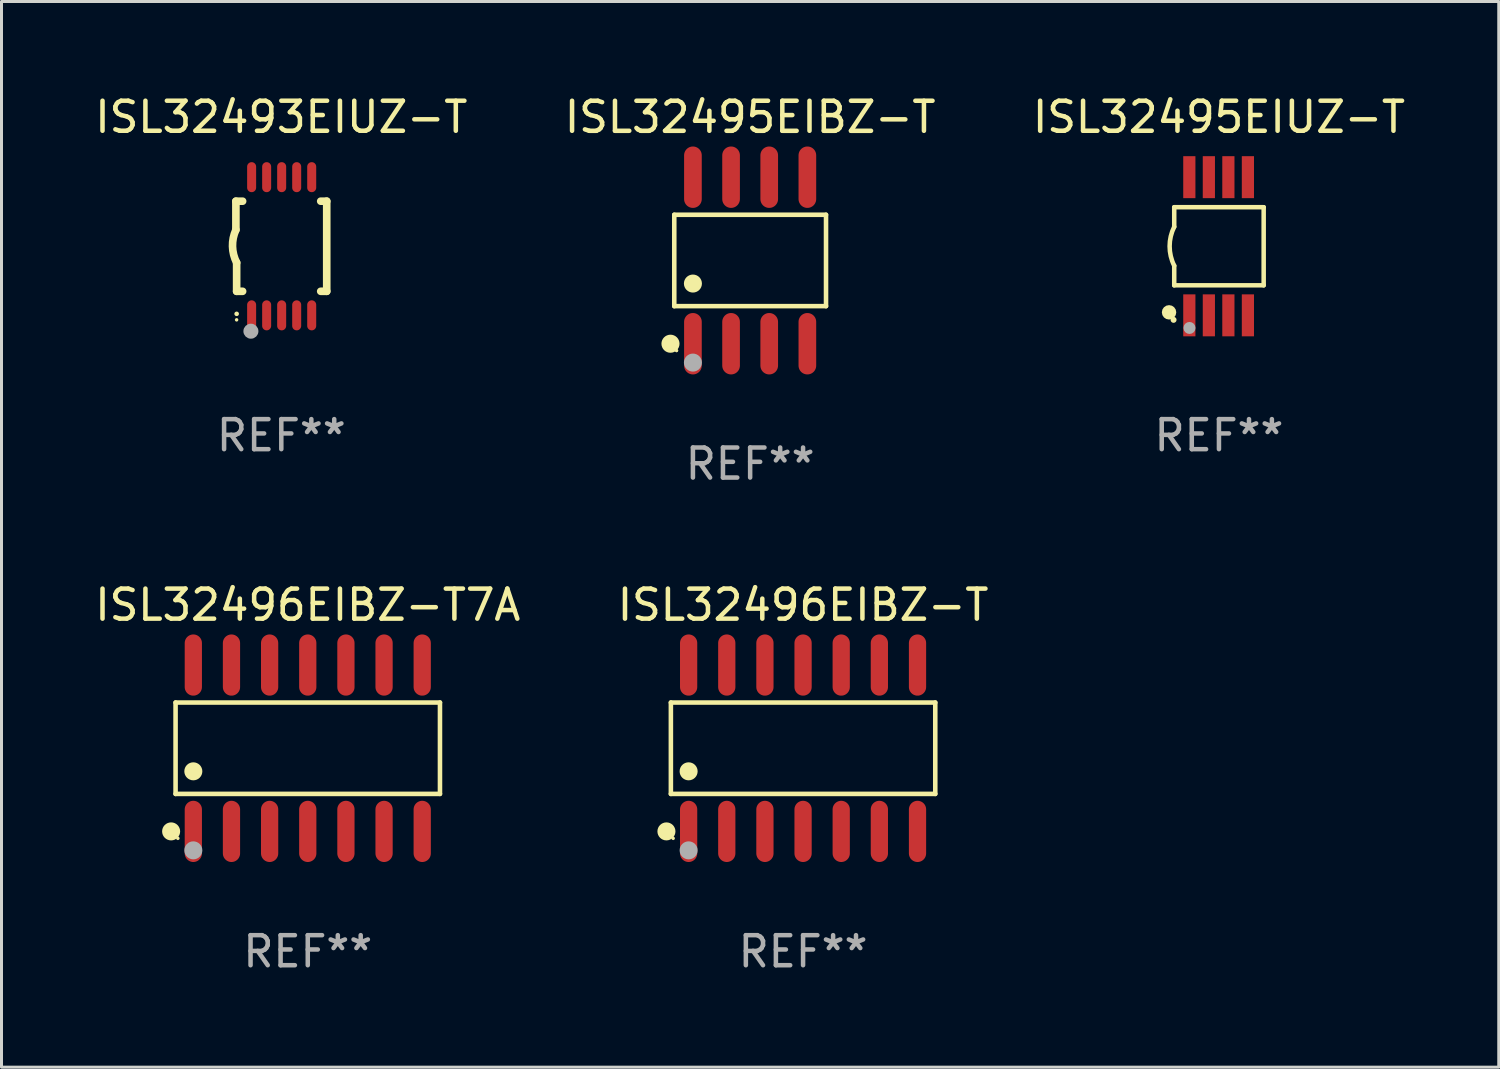
<source format=kicad_pcb>
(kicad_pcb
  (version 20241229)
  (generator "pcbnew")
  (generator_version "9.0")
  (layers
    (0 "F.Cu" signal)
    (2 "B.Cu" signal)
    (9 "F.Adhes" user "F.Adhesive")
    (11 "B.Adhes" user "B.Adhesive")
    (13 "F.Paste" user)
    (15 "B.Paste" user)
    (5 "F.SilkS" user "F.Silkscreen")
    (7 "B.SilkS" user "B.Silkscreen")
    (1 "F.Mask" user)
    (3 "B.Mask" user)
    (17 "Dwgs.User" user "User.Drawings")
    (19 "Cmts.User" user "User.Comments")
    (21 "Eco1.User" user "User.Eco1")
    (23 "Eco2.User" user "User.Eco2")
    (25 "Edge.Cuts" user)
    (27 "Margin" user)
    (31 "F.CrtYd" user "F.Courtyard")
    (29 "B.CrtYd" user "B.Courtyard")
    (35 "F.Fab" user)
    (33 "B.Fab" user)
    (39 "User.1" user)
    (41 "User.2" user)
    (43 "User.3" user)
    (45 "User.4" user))
  (footprint "ISL32496EIBZ-T"
    (layer "F.Cu")
    (at 23.685 21.859)
    (property "Reference" "ISL32496EIBZ-T" (at 0 -4.769 0) (layer "F.SilkS") (effects (font (size 1 1) (thickness 0.15))))
    (attr through_hole)
    (fp_line (start -4.401 -1.521) (end 4.401 -1.521) (stroke (width 0.152) (type solid)) (layer "F.SilkS"))
    (fp_line (start -4.401 1.521) (end -4.401 -1.521) (stroke (width 0.152) (type solid)) (layer "F.SilkS"))
    (fp_line (start 4.401 -1.521) (end 4.401 1.521) (stroke (width 0.152) (type solid)) (layer "F.SilkS"))
    (fp_line (start 4.401 1.521) (end -4.401 1.521) (stroke (width 0.152) (type solid)) (layer "F.SilkS"))
    (fp_circle (center -4.549 2.769) (end -4.399 2.769) (stroke (width 0.3) (type solid)) (fill no) (layer "F.SilkS"))
    (fp_circle (center -4.325 3) (end -4.295 3) (stroke (width 0.06) (type solid)) (fill no) (layer "F.SilkS"))
    (fp_circle (center -3.81 0.769) (end -3.66 0.769) (stroke (width 0.3) (type solid)) (fill no) (layer "F.SilkS"))
    (fp_circle (center -3.81 3.4) (end -3.66 3.4) (stroke (width 0.3) (type solid)) (fill no) (layer "F.Fab"))
    (fp_text user "REF**" (at 0 6.769 0) (layer "F.Fab") (effects (font (size 1 1) (thickness 0.15))))
    (pad "1" smd oval (at -3.81 2.769) (size 0.574 2.038) (layers "F.Cu" "F.Mask" "F.Paste"))
    (pad "2" smd oval (at -2.54 2.769) (size 0.574 2.038) (layers "F.Cu" "F.Mask" "F.Paste"))
    (pad "3" smd oval (at -1.27 2.769) (size 0.574 2.038) (layers "F.Cu" "F.Mask" "F.Paste"))
    (pad "4" smd oval (at 0 2.769) (size 0.574 2.038) (layers "F.Cu" "F.Mask" "F.Paste"))
    (pad "5" smd oval (at 1.27 2.769) (size 0.574 2.038) (layers "F.Cu" "F.Mask" "F.Paste"))
    (pad "6" smd oval (at 2.54 2.769) (size 0.574 2.038) (layers "F.Cu" "F.Mask" "F.Paste"))
    (pad "7" smd oval (at 3.81 2.769) (size 0.574 2.038) (layers "F.Cu" "F.Mask" "F.Paste"))
    (pad "8" smd oval (at 3.81 -2.769) (size 0.574 2.038) (layers "F.Cu" "F.Mask" "F.Paste"))
    (pad "9" smd oval (at 2.54 -2.769) (size 0.574 2.038) (layers "F.Cu" "F.Mask" "F.Paste"))
    (pad "10" smd oval (at 1.27 -2.769) (size 0.574 2.038) (layers "F.Cu" "F.Mask" "F.Paste"))
    (pad "11" smd oval (at 0 -2.769) (size 0.574 2.038) (layers "F.Cu" "F.Mask" "F.Paste"))
    (pad "12" smd oval (at -1.27 -2.769) (size 0.574 2.038) (layers "F.Cu" "F.Mask" "F.Paste"))
    (pad "13" smd oval (at -2.54 -2.769) (size 0.574 2.038) (layers "F.Cu" "F.Mask" "F.Paste"))
    (pad "14" smd oval (at -3.81 -2.769) (size 0.574 2.038) (layers "F.Cu" "F.Mask" "F.Paste")))
  (footprint "ISL32496EIBZ-T7A"
    (layer "F.Cu")
    (at 7.196 21.859)
    (property "Reference" "ISL32496EIBZ-T7A" (at 0 -4.769 0) (layer "F.SilkS") (effects (font (size 1 1) (thickness 0.15))))
    (attr through_hole)
    (fp_line (start -4.401 -1.521) (end 4.401 -1.521) (stroke (width 0.152) (type solid)) (layer "F.SilkS"))
    (fp_line (start -4.401 1.521) (end -4.401 -1.521) (stroke (width 0.152) (type solid)) (layer "F.SilkS"))
    (fp_line (start 4.401 -1.521) (end 4.401 1.521) (stroke (width 0.152) (type solid)) (layer "F.SilkS"))
    (fp_line (start 4.401 1.521) (end -4.401 1.521) (stroke (width 0.152) (type solid)) (layer "F.SilkS"))
    (fp_circle (center -4.549 2.769) (end -4.399 2.769) (stroke (width 0.3) (type solid)) (fill no) (layer "F.SilkS"))
    (fp_circle (center -4.325 3) (end -4.295 3) (stroke (width 0.06) (type solid)) (fill no) (layer "F.SilkS"))
    (fp_circle (center -3.81 0.769) (end -3.66 0.769) (stroke (width 0.3) (type solid)) (fill no) (layer "F.SilkS"))
    (fp_circle (center -3.81 3.4) (end -3.66 3.4) (stroke (width 0.3) (type solid)) (fill no) (layer "F.Fab"))
    (fp_text user "REF**" (at 0 6.769 0) (layer "F.Fab") (effects (font (size 1 1) (thickness 0.15))))
    (pad "1" smd oval (at -3.81 2.769) (size 0.574 2.038) (layers "F.Cu" "F.Mask" "F.Paste"))
    (pad "2" smd oval (at -2.54 2.769) (size 0.574 2.038) (layers "F.Cu" "F.Mask" "F.Paste"))
    (pad "3" smd oval (at -1.27 2.769) (size 0.574 2.038) (layers "F.Cu" "F.Mask" "F.Paste"))
    (pad "4" smd oval (at 0 2.769) (size 0.574 2.038) (layers "F.Cu" "F.Mask" "F.Paste"))
    (pad "5" smd oval (at 1.27 2.769) (size 0.574 2.038) (layers "F.Cu" "F.Mask" "F.Paste"))
    (pad "6" smd oval (at 2.54 2.769) (size 0.574 2.038) (layers "F.Cu" "F.Mask" "F.Paste"))
    (pad "7" smd oval (at 3.81 2.769) (size 0.574 2.038) (layers "F.Cu" "F.Mask" "F.Paste"))
    (pad "8" smd oval (at 3.81 -2.769) (size 0.574 2.038) (layers "F.Cu" "F.Mask" "F.Paste"))
    (pad "9" smd oval (at 2.54 -2.769) (size 0.574 2.038) (layers "F.Cu" "F.Mask" "F.Paste"))
    (pad "10" smd oval (at 1.27 -2.769) (size 0.574 2.038) (layers "F.Cu" "F.Mask" "F.Paste"))
    (pad "11" smd oval (at 0 -2.769) (size 0.574 2.038) (layers "F.Cu" "F.Mask" "F.Paste"))
    (pad "12" smd oval (at -1.27 -2.769) (size 0.574 2.038) (layers "F.Cu" "F.Mask" "F.Paste"))
    (pad "13" smd oval (at -2.54 -2.769) (size 0.574 2.038) (layers "F.Cu" "F.Mask" "F.Paste"))
    (pad "14" smd oval (at -3.81 -2.769) (size 0.574 2.038) (layers "F.Cu" "F.Mask" "F.Paste")))
  (footprint "ISL32495EIBZ-T"
    (layer "F.Cu")
    (at 21.923 5.621)
    (property "Reference" "ISL32495EIBZ-T" (at 0 -4.772 0) (layer "F.SilkS") (effects (font (size 1 1) (thickness 0.15))))
    (attr through_hole)
    (fp_line (start -2.526 -1.521) (end 2.526 -1.521) (stroke (width 0.152) (type solid)) (layer "F.SilkS"))
    (fp_line (start -2.526 1.521) (end -2.526 -1.521) (stroke (width 0.152) (type solid)) (layer "F.SilkS"))
    (fp_line (start 2.526 -1.521) (end 2.526 1.521) (stroke (width 0.152) (type solid)) (layer "F.SilkS"))
    (fp_line (start 2.526 1.521) (end -2.526 1.521) (stroke (width 0.152) (type solid)) (layer "F.SilkS"))
    (fp_circle (center -2.652 2.772) (end -2.501 2.772) (stroke (width 0.3) (type solid)) (fill no) (layer "F.SilkS"))
    (fp_circle (center -2.45 3) (end -2.42 3) (stroke (width 0.06) (type solid)) (fill no) (layer "F.SilkS"))
    (fp_circle (center -1.905 0.769) (end -1.755 0.769) (stroke (width 0.3) (type solid)) (fill no) (layer "F.SilkS"))
    (fp_circle (center -1.905 3.4) (end -1.755 3.4) (stroke (width 0.3) (type solid)) (fill no) (layer "F.Fab"))
    (fp_text user "REF**" (at 0 6.772 0) (layer "F.Fab") (effects (font (size 1 1) (thickness 0.15))))
    (pad "1" smd oval (at -1.905 2.772) (size 0.588 2.045) (layers "F.Cu" "F.Mask" "F.Paste"))
    (pad "2" smd oval (at -0.635 2.772) (size 0.588 2.045) (layers "F.Cu" "F.Mask" "F.Paste"))
    (pad "3" smd oval (at 0.635 2.772) (size 0.588 2.045) (layers "F.Cu" "F.Mask" "F.Paste"))
    (pad "4" smd oval (at 1.905 2.772) (size 0.588 2.045) (layers "F.Cu" "F.Mask" "F.Paste"))
    (pad "5" smd oval (at 1.905 -2.772) (size 0.588 2.045) (layers "F.Cu" "F.Mask" "F.Paste"))
    (pad "6" smd oval (at 0.635 -2.772) (size 0.588 2.045) (layers "F.Cu" "F.Mask" "F.Paste"))
    (pad "7" smd oval (at -0.635 -2.772) (size 0.588 2.045) (layers "F.Cu" "F.Mask" "F.Paste"))
    (pad "8" smd oval (at -1.905 -2.772) (size 0.588 2.045) (layers "F.Cu" "F.Mask" "F.Paste")))
  (footprint "ISL32493EIUZ-T"
    (layer "F.Cu")
    (at 6.315 5.148)
    (property "Reference" "ISL32493EIUZ-T" (at 0 -4.3 0) (layer "F.SilkS") (effects (font (size 1 1) (thickness 0.15))))
    (attr through_hole)
    (fp_line (start -1.512 -1.5) (end -1.512 -0.546) (stroke (width 0.254) (type solid)) (layer "F.SilkS"))
    (fp_line (start -1.487 0.546) (end -1.487 1.5) (stroke (width 0.254) (type solid)) (layer "F.SilkS"))
    (fp_line (start -1.288 -1.5) (end -1.512 -1.5) (stroke (width 0.254) (type solid)) (layer "F.SilkS"))
    (fp_line (start -1.288 1.5) (end -1.487 1.5) (stroke (width 0.254) (type solid)) (layer "F.SilkS"))
    (fp_line (start 1.512 -1.5) (end 1.312 -1.5) (stroke (width 0.254) (type solid)) (layer "F.SilkS"))
    (fp_line (start 1.512 -1.5) (end 1.512 1.5) (stroke (width 0.254) (type solid)) (layer "F.SilkS"))
    (fp_line (start 1.512 1.5) (end 1.312 1.5) (stroke (width 0.254) (type solid)) (layer "F.SilkS"))
    (fp_arc (start -1.487998 2.250013) (mid -1.486728 2.250007) (end -1.485458 2.250013) (stroke (width 0.150013) (type solid)) (layer "F.SilkS"))
    (fp_arc (start -1.486602 0.546102) (mid -1.624196 0.002905) (end -1.512002 -0.546101) (stroke (width 0.254001) (type solid)) (layer "F.SilkS"))
    (fp_circle (center -1.488 2.45) (end -1.458 2.45) (stroke (width 0.06) (type solid)) (fill no) (layer "F.SilkS"))
    (fp_circle (center -1.012 2.828) (end -0.887 2.828) (stroke (width 0.25) (type solid)) (fill no) (layer "F.Fab"))
    (fp_text user "REF**" (at 0 6.3 0) (layer "F.Fab") (effects (font (size 1 1) (thickness 0.15))))
    (pad "1" smd oval (at -0.988 2.3) (size 0.3 1) (layers "F.Cu" "F.Mask" "F.Paste"))
    (pad "2" smd oval (at -0.488 2.3) (size 0.3 1) (layers "F.Cu" "F.Mask" "F.Paste"))
    (pad "3" smd oval (at 0.012 2.3) (size 0.3 1) (layers "F.Cu" "F.Mask" "F.Paste"))
    (pad "4" smd oval (at 0.512 2.3) (size 0.3 1) (layers "F.Cu" "F.Mask" "F.Paste"))
    (pad "5" smd oval (at 1.012 2.3) (size 0.3 1) (layers "F.Cu" "F.Mask" "F.Paste"))
    (pad "6" smd oval (at 1.012 -2.3) (size 0.3 1) (layers "F.Cu" "F.Mask" "F.Paste"))
    (pad "7" smd oval (at 0.512 -2.3) (size 0.3 1) (layers "F.Cu" "F.Mask" "F.Paste"))
    (pad "8" smd oval (at 0.012 -2.3) (size 0.3 1) (layers "F.Cu" "F.Mask" "F.Paste"))
    (pad "9" smd oval (at -0.488 -2.3) (size 0.3 1) (layers "F.Cu" "F.Mask" "F.Paste"))
    (pad "10" smd oval (at -0.988 -2.3) (size 0.3 1) (layers "F.Cu" "F.Mask" "F.Paste")))
  (footprint "ISL32495EIUZ-T"
    (layer "F.Cu")
    (at 37.53 5.148)
    (property "Reference" "ISL32495EIUZ-T" (at 0 -4.3 0) (layer "F.SilkS") (effects (font (size 1 1) (thickness 0.15))))
    (attr through_hole)
    (fp_line (start -1.489 -1.3) (end -1.489 -0.648) (stroke (width 0.15) (type solid)) (layer "F.SilkS"))
    (fp_line (start -1.489 0.648) (end -1.489 1.3) (stroke (width 0.15) (type solid)) (layer "F.SilkS"))
    (fp_line (start -1.489 1.3) (end 1.489 1.3) (stroke (width 0.15) (type solid)) (layer "F.SilkS"))
    (fp_line (start 1.489 -1.3) (end -1.489 -1.3) (stroke (width 0.15) (type solid)) (layer "F.SilkS"))
    (fp_line (start 1.489 1.3) (end 1.489 -1.3) (stroke (width 0.15) (type solid)) (layer "F.SilkS"))
    (fp_arc (start -1.489205 0.647702) (mid -1.642107 0) (end -1.489205 -0.647701) (stroke (width 0.150013) (type solid)) (layer "F.SilkS"))
    (fp_circle (center -1.661 2.2) (end -1.541 2.2) (stroke (width 0.24) (type solid)) (fill no) (layer "F.SilkS"))
    (fp_circle (center -1.511 2.45) (end -1.461 2.45) (stroke (width 0.1) (type solid)) (fill no) (layer "F.SilkS"))
    (fp_circle (center -0.981 2.72) (end -0.881 2.72) (stroke (width 0.2) (type solid)) (fill no) (layer "F.Fab"))
    (fp_text user "REF**" (at 0 6.3 0) (layer "F.Fab") (effects (font (size 1 1) (thickness 0.15))))
    (pad "1" smd rect (at -0.986 2.3) (size 0.406 1.397) (layers "F.Cu" "F.Mask" "F.Paste"))
    (pad "2" smd rect (at -0.336 2.3) (size 0.406 1.397) (layers "F.Cu" "F.Mask" "F.Paste"))
    (pad "3" smd rect (at 0.314 2.3) (size 0.406 1.397) (layers "F.Cu" "F.Mask" "F.Paste"))
    (pad "4" smd rect (at 0.964 2.3) (size 0.406 1.397) (layers "F.Cu" "F.Mask" "F.Paste"))
    (pad "5" smd rect (at 0.964 -2.3) (size 0.406 1.397) (layers "F.Cu" "F.Mask" "F.Paste"))
    (pad "6" smd rect (at 0.314 -2.3) (size 0.406 1.397) (layers "F.Cu" "F.Mask" "F.Paste"))
    (pad "7" smd rect (at -0.336 -2.3) (size 0.406 1.397) (layers "F.Cu" "F.Mask" "F.Paste"))
    (pad "8" smd rect (at -0.986 -2.3) (size 0.406 1.397) (layers "F.Cu" "F.Mask" "F.Paste")))
  (gr_rect
    (start -3 -3)
    (end 46.845 32.476)
    (stroke (width 0.1) (type default))
    (fill no)
    (layer "Edge.Cuts")))
</source>
